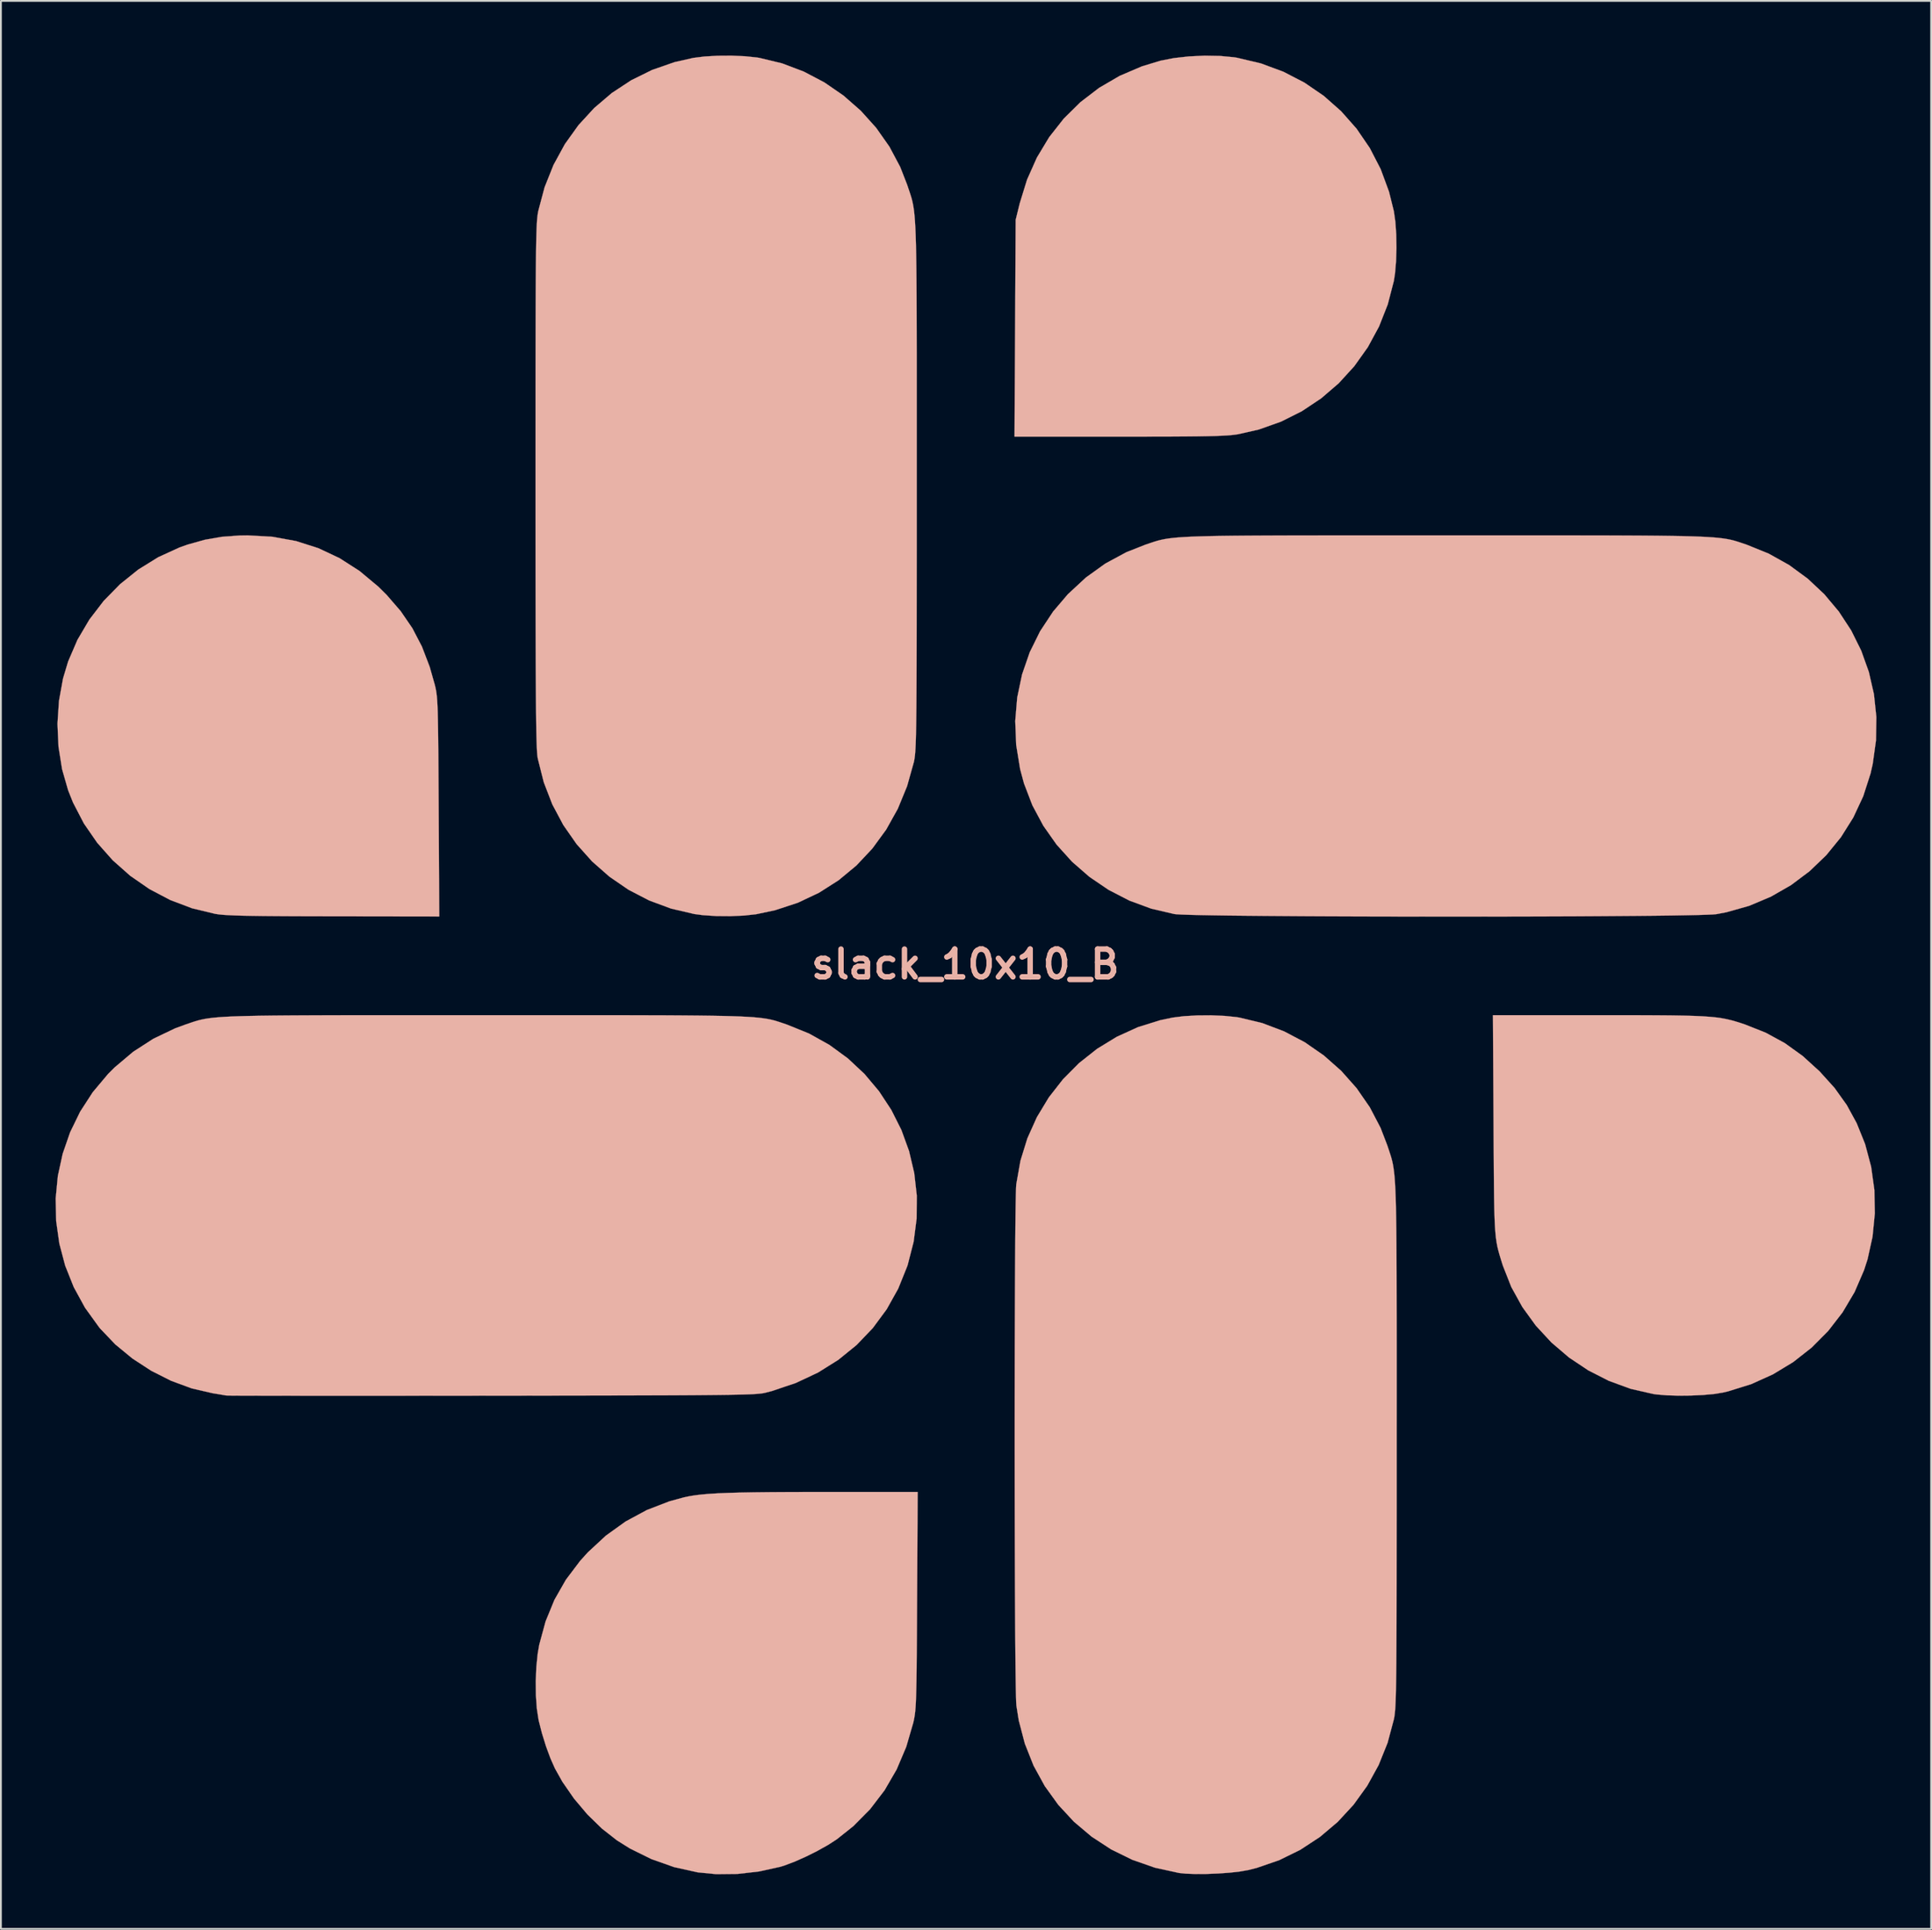
<source format=kicad_pcb>
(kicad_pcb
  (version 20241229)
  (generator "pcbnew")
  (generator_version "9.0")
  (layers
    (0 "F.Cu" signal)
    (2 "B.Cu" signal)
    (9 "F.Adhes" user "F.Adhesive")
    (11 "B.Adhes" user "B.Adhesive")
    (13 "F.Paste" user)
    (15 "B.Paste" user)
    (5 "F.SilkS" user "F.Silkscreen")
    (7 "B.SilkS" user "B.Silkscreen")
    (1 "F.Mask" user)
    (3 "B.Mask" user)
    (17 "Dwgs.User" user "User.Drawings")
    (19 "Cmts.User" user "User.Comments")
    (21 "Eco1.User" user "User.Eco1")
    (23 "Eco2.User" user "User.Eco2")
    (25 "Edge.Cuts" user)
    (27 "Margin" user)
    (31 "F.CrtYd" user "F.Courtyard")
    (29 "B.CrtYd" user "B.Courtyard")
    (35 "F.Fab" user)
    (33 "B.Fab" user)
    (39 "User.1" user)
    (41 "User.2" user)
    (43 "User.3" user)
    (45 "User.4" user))
  (footprint "slack_10x10_B"
    (layer "F.Cu")
    (at 49.91 49.866)
    (property "Reference" "slack_10x10_B" (at 0 0 0) (layer "B.SilkS") (effects (font (size 1.524 1.524) (thickness 0.3))))
    (attr through_hole)
    (fp_poly (pts (xy 13.981 -49.845) (xy 14.741 -49.773) (xy 14.901 -49.747) (xy 16.213 -49.437) (xy 17.45 -48.979) (xy 18.602 -48.383) (xy 19.661 -47.658) (xy 20.618 -46.812) (xy 21.464 -45.854) (xy 22.189 -44.793) (xy 22.786 -43.638) (xy 23.244 -42.397) (xy 23.511 -41.321) (xy 23.593 -40.742) (xy 23.64 -40.055) (xy 23.653 -39.318) (xy 23.631 -38.588) (xy 23.575 -37.923) (xy 23.511 -37.504) (xy 23.176 -36.213) (xy 22.696 -34.996) (xy 22.081 -33.862) (xy 21.34 -32.821) (xy 20.484 -31.883) (xy 19.522 -31.056) (xy 18.464 -30.351) (xy 17.32 -29.778) (xy 16.099 -29.345) (xy 14.99 -29.093) (xy 14.809 -29.065) (xy 14.604 -29.041) (xy 14.359 -29.021) (xy 14.063 -29.005) (xy 13.701 -28.991) (xy 13.261 -28.98) (xy 12.729 -28.971) (xy 12.092 -28.965) (xy 11.337 -28.96) (xy 10.449 -28.958) (xy 9.417 -28.956) (xy 8.447 -28.956) (xy 2.699 -28.956) (xy 2.731 -34.904) (xy 2.763 -40.852) (xy 2.983 -41.749) (xy 3.385 -43.053) (xy 3.927 -44.269) (xy 4.601 -45.389) (xy 5.4 -46.405) (xy 6.315 -47.309) (xy 7.339 -48.094) (xy 8.465 -48.751) (xy 9.683 -49.273) (xy 10.71 -49.585) (xy 11.441 -49.727) (xy 12.27 -49.82) (xy 13.137 -49.86) (xy 13.981 -49.845)) (stroke (width 0.01) (type solid)) (fill yes) (layer "B.SilkS"))
    (fp_poly (pts (xy -38.013 -23.459) (xy -36.721 -23.225) (xy -35.494 -22.834) (xy -34.333 -22.287) (xy -33.237 -21.584) (xy -32.207 -20.725) (xy -31.748 -20.27) (xy -30.977 -19.378) (xy -30.336 -18.441) (xy -29.811 -17.432) (xy -29.386 -16.322) (xy -29.103 -15.325) (xy -29.069 -15.18) (xy -29.04 -15.034) (xy -29.014 -14.875) (xy -28.993 -14.689) (xy -28.974 -14.463) (xy -28.959 -14.184) (xy -28.946 -13.839) (xy -28.936 -13.415) (xy -28.927 -12.898) (xy -28.919 -12.276) (xy -28.912 -11.536) (xy -28.906 -10.663) (xy -28.9 -9.647) (xy -28.894 -8.615) (xy -28.862 -2.625) (xy -34.645 -2.633) (xy -35.831 -2.635) (xy -36.86 -2.638) (xy -37.745 -2.643) (xy -38.498 -2.649) (xy -39.132 -2.658) (xy -39.659 -2.668) (xy -40.091 -2.681) (xy -40.442 -2.697) (xy -40.723 -2.715) (xy -40.948 -2.737) (xy -41.127 -2.763) (xy -41.148 -2.766) (xy -42.415 -3.071) (xy -43.623 -3.528) (xy -44.761 -4.127) (xy -45.816 -4.857) (xy -46.775 -5.707) (xy -47.626 -6.667) (xy -48.356 -7.725) (xy -48.952 -8.873) (xy -49.222 -9.548) (xy -49.555 -10.711) (xy -49.75 -11.939) (xy -49.806 -13.198) (xy -49.724 -14.455) (xy -49.503 -15.676) (xy -49.223 -16.614) (xy -48.711 -17.803) (xy -48.056 -18.916) (xy -47.273 -19.938) (xy -46.373 -20.858) (xy -45.371 -21.662) (xy -44.28 -22.338) (xy -43.112 -22.873) (xy -42.651 -23.036) (xy -41.715 -23.297) (xy -40.786 -23.459) (xy -39.798 -23.531) (xy -39.37 -23.537) (xy -38.013 -23.459)) (stroke (width 0.01) (type solid)) (fill yes) (layer "B.SilkS"))
    (fp_poly (pts (xy -2.647 34.904) (xy -2.653 36.056) (xy -2.659 37.053) (xy -2.666 37.907) (xy -2.672 38.631) (xy -2.68 39.239) (xy -2.69 39.743) (xy -2.701 40.158) (xy -2.714 40.496) (xy -2.73 40.77) (xy -2.749 40.995) (xy -2.772 41.182) (xy -2.798 41.346) (xy -2.829 41.5) (xy -2.854 41.614) (xy -3.242 42.945) (xy -3.768 44.184) (xy -4.43 45.326) (xy -5.225 46.366) (xy -6.148 47.298) (xy -7.051 48.017) (xy -7.538 48.331) (xy -8.122 48.657) (xy -8.75 48.971) (xy -9.37 49.246) (xy -9.931 49.458) (xy -10.16 49.528) (xy -11.315 49.783) (xy -12.501 49.918) (xy -13.67 49.93) (xy -14.69 49.83) (xy -15.972 49.545) (xy -17.219 49.105) (xy -18.401 48.521) (xy -19.113 48.075) (xy -19.937 47.429) (xy -20.733 46.653) (xy -21.466 45.785) (xy -22.103 44.864) (xy -22.514 44.13) (xy -22.762 43.572) (xy -23.006 42.909) (xy -23.226 42.201) (xy -23.401 41.513) (xy -23.416 41.444) (xy -23.509 40.833) (xy -23.559 40.113) (xy -23.567 39.335) (xy -23.534 38.556) (xy -23.46 37.827) (xy -23.376 37.344) (xy -23.028 36.062) (xy -22.542 34.877) (xy -21.913 33.774) (xy -21.134 32.742) (xy -20.707 32.269) (xy -19.717 31.352) (xy -18.637 30.577) (xy -17.473 29.949) (xy -16.231 29.47) (xy -15.425 29.25) (xy -15.147 29.192) (xy -14.838 29.142) (xy -14.484 29.099) (xy -14.072 29.063) (xy -13.589 29.033) (xy -13.022 29.009) (xy -12.357 28.99) (xy -11.582 28.976) (xy -10.683 28.966) (xy -9.648 28.96) (xy -8.464 28.957) (xy -7.806 28.957) (xy -2.615 28.956) (xy -2.647 34.904)) (stroke (width 0.01) (type solid)) (fill yes) (layer "B.SilkS"))
    (fp_poly (pts (xy 35.948 2.794) (xy 37.001 2.796) (xy 37.913 2.8) (xy 38.696 2.806) (xy 39.366 2.817) (xy 39.936 2.832) (xy 40.419 2.853) (xy 40.831 2.881) (xy 41.184 2.915) (xy 41.492 2.958) (xy 41.77 3.011) (xy 42.03 3.073) (xy 42.288 3.146) (xy 42.557 3.231) (xy 42.774 3.303) (xy 43.913 3.756) (xy 44.958 4.326) (xy 45.935 5.029) (xy 46.866 5.876) (xy 47.685 6.783) (xy 48.356 7.721) (xy 48.903 8.723) (xy 49.348 9.826) (xy 49.371 9.893) (xy 49.696 11.113) (xy 49.872 12.382) (xy 49.897 13.67) (xy 49.772 14.95) (xy 49.497 16.192) (xy 49.306 16.784) (xy 48.787 17.986) (xy 48.127 19.101) (xy 47.339 20.12) (xy 46.433 21.032) (xy 45.419 21.829) (xy 44.308 22.502) (xy 43.111 23.042) (xy 41.838 23.438) (xy 41.558 23.503) (xy 41.079 23.581) (xy 40.483 23.635) (xy 39.821 23.666) (xy 39.142 23.673) (xy 38.498 23.654) (xy 37.939 23.608) (xy 37.74 23.58) (xy 36.495 23.295) (xy 35.301 22.858) (xy 34.171 22.281) (xy 33.118 21.577) (xy 32.157 20.756) (xy 31.3 19.83) (xy 30.562 18.811) (xy 29.954 17.71) (xy 29.492 16.539) (xy 29.465 16.455) (xy 29.38 16.183) (xy 29.307 15.941) (xy 29.244 15.715) (xy 29.19 15.492) (xy 29.146 15.259) (xy 29.109 14.999) (xy 29.079 14.701) (xy 29.055 14.351) (xy 29.036 13.933) (xy 29.021 13.434) (xy 29.01 12.841) (xy 29.002 12.14) (xy 28.995 11.316) (xy 28.989 10.356) (xy 28.982 9.246) (xy 28.98 8.784) (xy 28.947 2.794) (xy 34.74 2.794) (xy 35.948 2.794)) (stroke (width 0.01) (type solid)) (fill yes) (layer "B.SilkS"))
    (fp_poly (pts (xy 24.303 -23.537) (xy 26.147 -23.537) (xy 26.374 -23.537) (xy 28.238 -23.537) (xy 29.94 -23.537) (xy 31.49 -23.537) (xy 32.894 -23.537) (xy 34.161 -23.535) (xy 35.299 -23.533) (xy 36.316 -23.529) (xy 37.219 -23.524) (xy 38.018 -23.517) (xy 38.719 -23.508) (xy 39.331 -23.497) (xy 39.862 -23.483) (xy 40.321 -23.466) (xy 40.714 -23.447) (xy 41.051 -23.424) (xy 41.338 -23.398) (xy 41.585 -23.368) (xy 41.799 -23.334) (xy 41.988 -23.296) (xy 42.16 -23.254) (xy 42.324 -23.206) (xy 42.486 -23.154) (xy 42.656 -23.097) (xy 42.842 -23.034) (xy 42.86 -23.028) (xy 44.073 -22.536) (xy 45.192 -21.911) (xy 46.211 -21.165) (xy 47.122 -20.31) (xy 47.92 -19.359) (xy 48.599 -18.322) (xy 49.15 -17.213) (xy 49.569 -16.043) (xy 49.848 -14.824) (xy 49.981 -13.568) (xy 49.961 -12.288) (xy 49.782 -10.995) (xy 49.663 -10.47) (xy 49.262 -9.224) (xy 48.716 -8.055) (xy 48.037 -6.973) (xy 47.234 -5.988) (xy 46.319 -5.109) (xy 45.302 -4.346) (xy 44.194 -3.71) (xy 43.006 -3.209) (xy 41.749 -2.854) (xy 41.205 -2.751) (xy 41.014 -2.734) (xy 40.665 -2.719) (xy 40.169 -2.704) (xy 39.538 -2.691) (xy 38.781 -2.678) (xy 37.91 -2.667) (xy 36.937 -2.657) (xy 35.871 -2.649) (xy 34.726 -2.641) (xy 33.51 -2.634) (xy 32.236 -2.629) (xy 30.914 -2.625) (xy 29.555 -2.622) (xy 28.171 -2.62) (xy 26.773 -2.62) (xy 25.371 -2.62) (xy 23.976 -2.622) (xy 22.601 -2.624) (xy 21.255 -2.628) (xy 19.95 -2.633) (xy 18.696 -2.639) (xy 17.506 -2.647) (xy 16.389 -2.655) (xy 15.357 -2.665) (xy 14.421 -2.675) (xy 13.593 -2.687) (xy 12.882 -2.7) (xy 12.3 -2.714) (xy 11.859 -2.729) (xy 11.569 -2.746) (xy 11.467 -2.757) (xy 10.199 -3.053) (xy 8.992 -3.499) (xy 7.859 -4.084) (xy 6.809 -4.797) (xy 5.855 -5.629) (xy 5.008 -6.567) (xy 4.279 -7.603) (xy 3.679 -8.724) (xy 3.22 -9.921) (xy 3.007 -10.711) (xy 2.791 -12.035) (xy 2.739 -13.35) (xy 2.848 -14.643) (xy 3.113 -15.903) (xy 3.532 -17.118) (xy 4.102 -18.274) (xy 4.819 -19.359) (xy 5.627 -20.308) (xy 6.618 -21.226) (xy 7.686 -21.993) (xy 8.835 -22.613) (xy 9.872 -23.023) (xy 10.061 -23.087) (xy 10.234 -23.145) (xy 10.398 -23.199) (xy 10.562 -23.247) (xy 10.734 -23.29) (xy 10.921 -23.329) (xy 11.133 -23.364) (xy 11.376 -23.394) (xy 11.659 -23.421) (xy 11.989 -23.444) (xy 12.376 -23.464) (xy 12.827 -23.481) (xy 13.35 -23.495) (xy 13.952 -23.507) (xy 14.643 -23.516) (xy 15.43 -23.523) (xy 16.321 -23.528) (xy 17.324 -23.532) (xy 18.447 -23.535) (xy 19.698 -23.536) (xy 21.086 -23.537) (xy 22.618 -23.537) (xy 24.303 -23.537)) (stroke (width 0.01) (type solid)) (fill yes) (layer "B.SilkS"))
    (fp_poly (pts (xy 14.22 2.832) (xy 14.875 2.899) (xy 15.038 2.925) (xy 16.292 3.228) (xy 17.49 3.682) (xy 18.62 4.277) (xy 19.667 5.003) (xy 20.62 5.846) (xy 21.465 6.798) (xy 22.19 7.846) (xy 22.782 8.979) (xy 23.149 9.934) (xy 23.214 10.128) (xy 23.272 10.303) (xy 23.326 10.467) (xy 23.374 10.628) (xy 23.418 10.795) (xy 23.457 10.974) (xy 23.491 11.175) (xy 23.522 11.406) (xy 23.549 11.673) (xy 23.572 11.987) (xy 23.592 12.353) (xy 23.609 12.781) (xy 23.623 13.279) (xy 23.634 13.855) (xy 23.644 14.516) (xy 23.651 15.272) (xy 23.656 16.129) (xy 23.66 17.096) (xy 23.662 18.18) (xy 23.664 19.391) (xy 23.665 20.736) (xy 23.665 22.224) (xy 23.665 23.861) (xy 23.664 25.657) (xy 23.664 26.374) (xy 23.664 28.205) (xy 23.664 29.874) (xy 23.663 31.39) (xy 23.662 32.761) (xy 23.661 33.993) (xy 23.659 35.096) (xy 23.657 36.077) (xy 23.653 36.943) (xy 23.649 37.704) (xy 23.645 38.366) (xy 23.639 38.938) (xy 23.632 39.428) (xy 23.624 39.843) (xy 23.615 40.191) (xy 23.605 40.48) (xy 23.594 40.719) (xy 23.581 40.914) (xy 23.566 41.075) (xy 23.55 41.208) (xy 23.533 41.322) (xy 23.513 41.424) (xy 23.513 41.425) (xy 23.167 42.721) (xy 22.676 43.942) (xy 22.05 45.079) (xy 21.298 46.122) (xy 20.43 47.062) (xy 19.454 47.888) (xy 18.382 48.591) (xy 17.221 49.162) (xy 15.982 49.589) (xy 15.518 49.706) (xy 15.07 49.785) (xy 14.509 49.848) (xy 13.882 49.893) (xy 13.238 49.919) (xy 12.624 49.922) (xy 12.089 49.902) (xy 11.726 49.865) (xy 10.406 49.577) (xy 9.161 49.142) (xy 7.999 48.571) (xy 6.929 47.872) (xy 5.96 47.054) (xy 5.1 46.125) (xy 4.359 45.096) (xy 3.744 43.974) (xy 3.266 42.769) (xy 2.931 41.49) (xy 2.803 40.682) (xy 2.791 40.498) (xy 2.78 40.156) (xy 2.769 39.666) (xy 2.76 39.041) (xy 2.751 38.292) (xy 2.743 37.43) (xy 2.735 36.466) (xy 2.729 35.411) (xy 2.723 34.277) (xy 2.719 33.075) (xy 2.715 31.816) (xy 2.712 30.512) (xy 2.709 29.173) (xy 2.708 27.812) (xy 2.707 26.438) (xy 2.707 25.064) (xy 2.708 23.701) (xy 2.71 22.359) (xy 2.712 21.051) (xy 2.716 19.787) (xy 2.72 18.579) (xy 2.725 17.438) (xy 2.731 16.376) (xy 2.738 15.402) (xy 2.746 14.53) (xy 2.754 13.769) (xy 2.763 13.131) (xy 2.773 12.628) (xy 2.784 12.271) (xy 2.796 12.071) (xy 2.797 12.065) (xy 3.025 10.779) (xy 3.405 9.55) (xy 3.927 8.389) (xy 4.581 7.306) (xy 5.356 6.313) (xy 6.243 5.42) (xy 7.231 4.638) (xy 8.311 3.978) (xy 9.471 3.45) (xy 10.703 3.066) (xy 11.378 2.925) (xy 11.997 2.848) (xy 12.719 2.807) (xy 13.481 2.801) (xy 14.22 2.832)) (stroke (width 0.01) (type solid)) (fill yes) (layer "B.SilkS"))
    (fp_poly (pts (xy -12.089 -49.829) (xy -11.437 -49.761) (xy -11.293 -49.738) (xy -10.052 -49.438) (xy -8.862 -48.987) (xy -7.737 -48.396) (xy -6.692 -47.677) (xy -5.739 -46.842) (xy -4.893 -45.902) (xy -4.166 -44.869) (xy -3.573 -43.755) (xy -3.198 -42.795) (xy -3.132 -42.598) (xy -3.072 -42.422) (xy -3.017 -42.257) (xy -2.967 -42.097) (xy -2.922 -41.933) (xy -2.882 -41.757) (xy -2.846 -41.562) (xy -2.814 -41.339) (xy -2.787 -41.079) (xy -2.763 -40.776) (xy -2.742 -40.421) (xy -2.725 -40.006) (xy -2.71 -39.523) (xy -2.698 -38.964) (xy -2.688 -38.321) (xy -2.681 -37.586) (xy -2.675 -36.75) (xy -2.672 -35.807) (xy -2.669 -34.747) (xy -2.667 -33.564) (xy -2.667 -32.248) (xy -2.667 -30.791) (xy -2.667 -29.187) (xy -2.667 -27.426) (xy -2.667 -26.247) (xy -2.667 -24.41) (xy -2.667 -22.735) (xy -2.668 -21.214) (xy -2.669 -19.839) (xy -2.67 -18.601) (xy -2.672 -17.493) (xy -2.674 -16.508) (xy -2.677 -15.637) (xy -2.681 -14.872) (xy -2.685 -14.206) (xy -2.691 -13.631) (xy -2.697 -13.139) (xy -2.705 -12.722) (xy -2.714 -12.372) (xy -2.724 -12.081) (xy -2.735 -11.841) (xy -2.748 -11.646) (xy -2.762 -11.486) (xy -2.778 -11.354) (xy -2.795 -11.242) (xy -2.814 -11.142) (xy -2.824 -11.096) (xy -3.196 -9.771) (xy -3.705 -8.533) (xy -4.343 -7.39) (xy -5.103 -6.35) (xy -5.976 -5.421) (xy -6.955 -4.61) (xy -8.03 -3.925) (xy -9.195 -3.375) (xy -10.441 -2.966) (xy -11.458 -2.751) (xy -12.124 -2.675) (xy -12.882 -2.641) (xy -13.662 -2.647) (xy -14.397 -2.696) (xy -14.864 -2.757) (xy -16.137 -3.054) (xy -17.344 -3.501) (xy -18.476 -4.088) (xy -19.523 -4.806) (xy -20.475 -5.643) (xy -21.322 -6.59) (xy -22.052 -7.636) (xy -22.658 -8.773) (xy -23.127 -9.988) (xy -23.451 -11.274) (xy -23.465 -11.345) (xy -23.48 -11.455) (xy -23.494 -11.613) (xy -23.506 -11.828) (xy -23.517 -12.106) (xy -23.528 -12.455) (xy -23.537 -12.881) (xy -23.545 -13.392) (xy -23.552 -13.994) (xy -23.558 -14.696) (xy -23.563 -15.505) (xy -23.568 -16.426) (xy -23.571 -17.468) (xy -23.574 -18.638) (xy -23.576 -19.943) (xy -23.578 -21.39) (xy -23.579 -22.986) (xy -23.58 -24.738) (xy -23.58 -26.289) (xy -23.58 -28.121) (xy -23.579 -29.791) (xy -23.579 -31.307) (xy -23.578 -32.678) (xy -23.576 -33.911) (xy -23.574 -35.014) (xy -23.572 -35.995) (xy -23.569 -36.862) (xy -23.565 -37.623) (xy -23.56 -38.286) (xy -23.554 -38.858) (xy -23.547 -39.347) (xy -23.539 -39.762) (xy -23.53 -40.11) (xy -23.52 -40.4) (xy -23.509 -40.638) (xy -23.496 -40.833) (xy -23.481 -40.993) (xy -23.465 -41.126) (xy -23.448 -41.239) (xy -23.429 -41.335) (xy -23.082 -42.64) (xy -22.592 -43.866) (xy -21.97 -45.006) (xy -21.223 -46.049) (xy -20.362 -46.987) (xy -19.395 -47.811) (xy -18.331 -48.511) (xy -17.18 -49.079) (xy -15.952 -49.506) (xy -14.925 -49.738) (xy -14.307 -49.815) (xy -13.587 -49.856) (xy -12.826 -49.861) (xy -12.089 -49.829)) (stroke (width 0.01) (type solid)) (fill yes) (layer "B.SilkS"))
    (fp_poly (pts (xy -21.173 2.794) (xy -19.769 2.795) (xy -18.502 2.796) (xy -17.364 2.799) (xy -16.347 2.802) (xy -15.444 2.808) (xy -14.645 2.815) (xy -13.943 2.824) (xy -13.331 2.835) (xy -12.799 2.849) (xy -12.341 2.865) (xy -11.947 2.885) (xy -11.61 2.907) (xy -11.322 2.934) (xy -11.075 2.964) (xy -10.86 2.998) (xy -10.67 3.036) (xy -10.497 3.079) (xy -10.333 3.127) (xy -10.169 3.18) (xy -9.997 3.238) (xy -9.811 3.301) (xy -9.787 3.309) (xy -8.576 3.8) (xy -7.459 4.423) (xy -6.443 5.166) (xy -5.534 6.017) (xy -4.738 6.963) (xy -4.061 7.992) (xy -3.508 9.092) (xy -3.087 10.251) (xy -2.803 11.456) (xy -2.663 12.695) (xy -2.672 13.956) (xy -2.836 15.227) (xy -3.162 16.495) (xy -3.188 16.574) (xy -3.682 17.799) (xy -4.314 18.931) (xy -5.077 19.964) (xy -5.965 20.892) (xy -6.969 21.707) (xy -8.084 22.405) (xy -9.302 22.977) (xy -10.615 23.419) (xy -10.964 23.51) (xy -11.049 23.529) (xy -11.15 23.546) (xy -11.274 23.561) (xy -11.431 23.575) (xy -11.627 23.588) (xy -11.87 23.599) (xy -12.168 23.609) (xy -12.529 23.618) (xy -12.96 23.626) (xy -13.469 23.633) (xy -14.065 23.639) (xy -14.754 23.645) (xy -15.544 23.65) (xy -16.444 23.654) (xy -17.46 23.657) (xy -18.602 23.661) (xy -19.875 23.663) (xy -21.289 23.666) (xy -22.851 23.668) (xy -24.568 23.671) (xy -25.993 23.672) (xy -27.545 23.674) (xy -29.052 23.675) (xy -30.505 23.676) (xy -31.895 23.677) (xy -33.215 23.677) (xy -34.454 23.677) (xy -35.604 23.677) (xy -36.656 23.676) (xy -37.603 23.675) (xy -38.433 23.674) (xy -39.14 23.672) (xy -39.714 23.671) (xy -40.146 23.669) (xy -40.428 23.666) (xy -40.551 23.664) (xy -40.555 23.663) (xy -40.697 23.638) (xy -40.954 23.594) (xy -41.274 23.542) (xy -41.317 23.534) (xy -42.449 23.271) (xy -43.574 22.856) (xy -44.665 22.305) (xy -45.694 21.634) (xy -46.634 20.86) (xy -47.456 19.998) (xy -47.526 19.914) (xy -48.295 18.847) (xy -48.913 17.717) (xy -49.383 16.539) (xy -49.704 15.326) (xy -49.878 14.092) (xy -49.905 12.851) (xy -49.786 11.616) (xy -49.522 10.402) (xy -49.114 9.222) (xy -48.563 8.089) (xy -47.869 7.018) (xy -47.033 6.022) (xy -46.671 5.66) (xy -45.652 4.8) (xy -44.544 4.085) (xy -43.353 3.516) (xy -42.774 3.303) (xy -42.587 3.24) (xy -42.416 3.182) (xy -42.253 3.129) (xy -42.09 3.081) (xy -41.919 3.039) (xy -41.732 3) (xy -41.52 2.966) (xy -41.277 2.936) (xy -40.993 2.909) (xy -40.662 2.886) (xy -40.274 2.866) (xy -39.821 2.85) (xy -39.297 2.836) (xy -38.692 2.824) (xy -37.999 2.815) (xy -37.21 2.808) (xy -36.316 2.803) (xy -35.31 2.799) (xy -34.183 2.796) (xy -32.928 2.795) (xy -31.536 2.794) (xy -30 2.794) (xy -28.311 2.794) (xy -26.462 2.794) (xy -26.289 2.794) (xy -24.425 2.794) (xy -22.722 2.794) (xy -21.173 2.794)) (stroke (width 0.01) (type solid)) (fill yes) (layer "B.SilkS")))
  (gr_rect
    (start -3 -3)
    (end 102.896 102.801)
    (stroke (width 0.1) (type default))
    (fill no)
    (layer "Edge.Cuts")))
</source>
